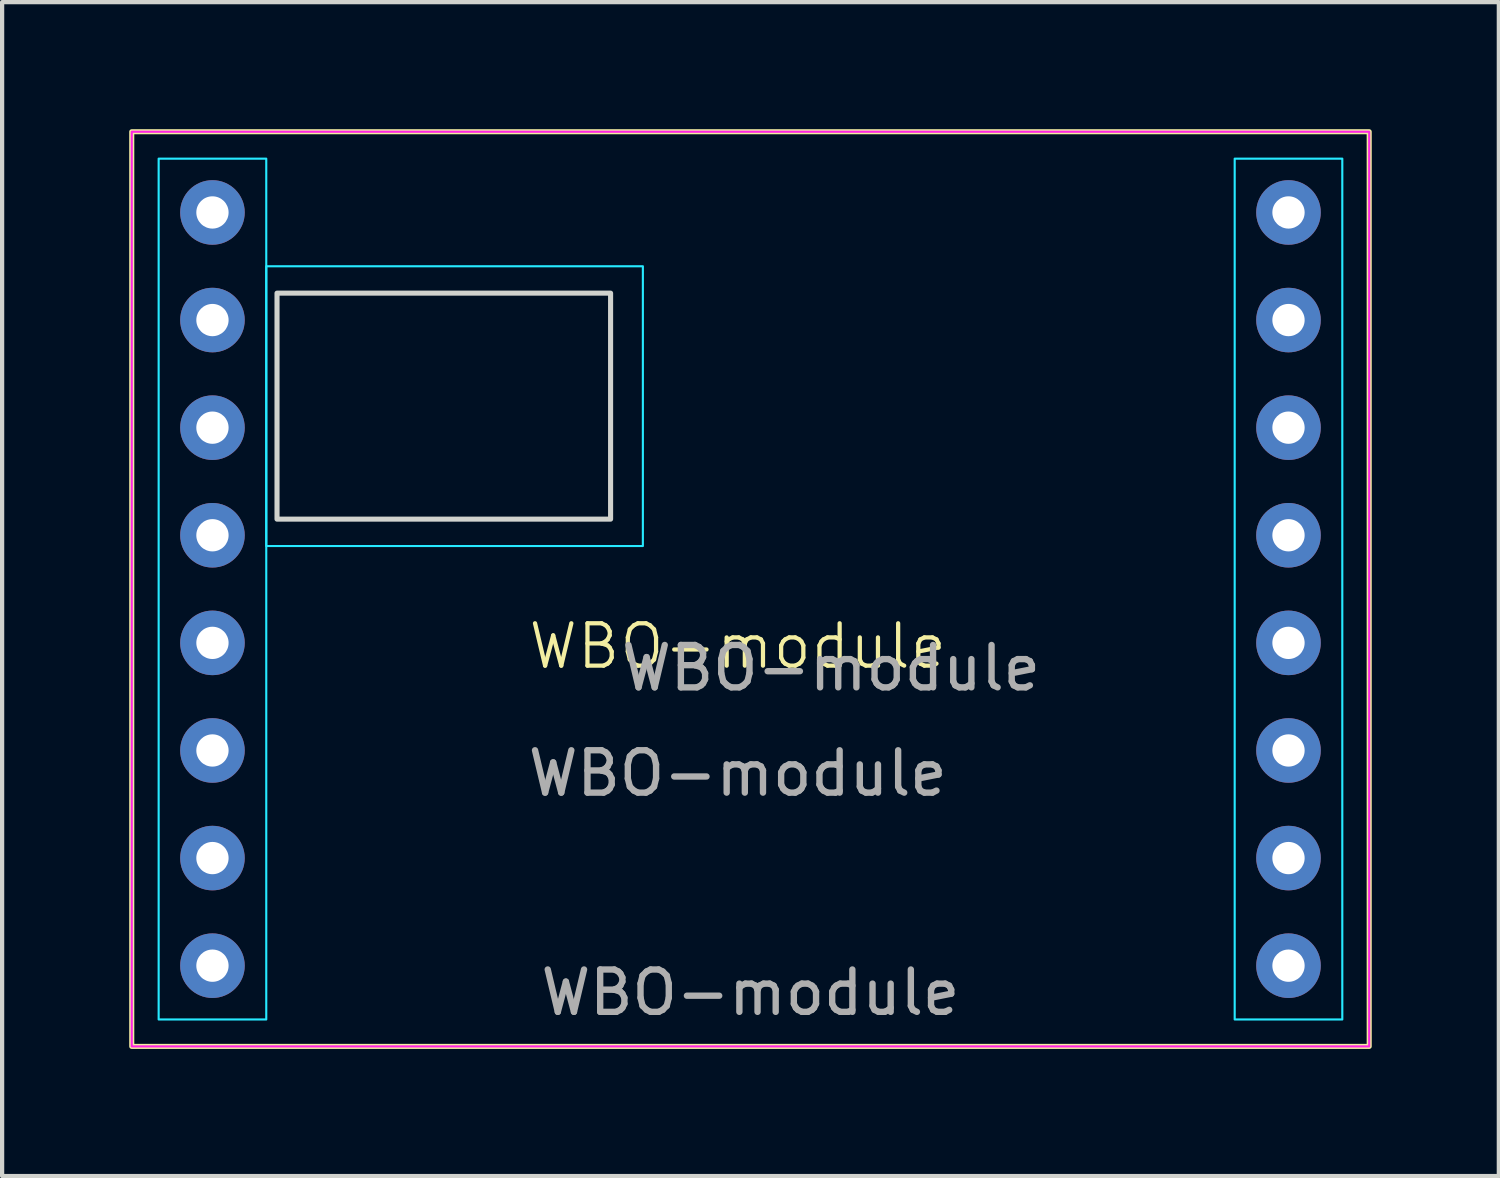
<source format=kicad_pcb>
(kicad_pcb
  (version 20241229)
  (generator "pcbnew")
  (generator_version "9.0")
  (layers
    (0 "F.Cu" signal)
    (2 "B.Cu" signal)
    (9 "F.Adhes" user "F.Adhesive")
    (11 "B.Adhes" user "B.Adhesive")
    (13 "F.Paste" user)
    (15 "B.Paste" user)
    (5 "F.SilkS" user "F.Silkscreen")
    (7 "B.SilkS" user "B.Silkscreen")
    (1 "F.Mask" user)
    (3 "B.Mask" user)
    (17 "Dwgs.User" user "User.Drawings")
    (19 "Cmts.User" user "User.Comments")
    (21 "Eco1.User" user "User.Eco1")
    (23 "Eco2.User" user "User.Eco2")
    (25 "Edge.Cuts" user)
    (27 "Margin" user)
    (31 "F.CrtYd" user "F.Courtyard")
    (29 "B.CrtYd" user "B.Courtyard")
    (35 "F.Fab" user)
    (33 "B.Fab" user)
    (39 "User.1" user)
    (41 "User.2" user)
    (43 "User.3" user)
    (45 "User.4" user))
  (footprint "WBO-module"
    (layer "F.Cu")
    (at 14.365 12.705)
    (property "Reference" "WBO-module" (at 0 -0.5 0) (unlocked yes) (layer "F.SilkS") (effects (font (size 1 1) (thickness 0.1))))
    (attr smd)
    (fp_rect (start -14.305 -12.645) (end 14.905 8.945) (stroke (width 0.12) (type solid)) (fill no) (layer "F.SilkS"))
    (fp_rect (start -10.876 -8.835) (end -3.002 -3.501) (stroke (width 0.12) (type solid)) (fill no) (layer "Edge.Cuts"))
    (fp_rect (start -13.67 -12.01) (end -11.13 8.31) (stroke (width 0.05) (type solid)) (fill no) (layer "B.CrtYd"))
    (fp_rect (start -11.13 -9.47) (end -2.24 -2.866) (stroke (width 0.05) (type solid)) (fill no) (layer "B.CrtYd"))
    (fp_rect (start 11.73 -12.01) (end 14.27 8.31) (stroke (width 0.05) (type solid)) (fill no) (layer "B.CrtYd"))
    (fp_rect (start -14.305 -12.645) (end 14.905 8.945) (stroke (width 0.05) (type solid)) (fill no) (layer "F.CrtYd"))
    (fp_text user "${REFERENCE}" (at 0 2.5 0) (unlocked yes) (layer "F.Fab") (effects (font (size 1 1) (thickness 0.15))))
    (fp_text user "${REFERENCE}" (at 0.3 7.675 0) (unlocked yes) (layer "F.Fab") (effects (font (size 1 1) (thickness 0.15))))
    (fp_text user "${REFERENCE}" (at 2.205 0.015 0) (unlocked yes) (layer "F.Fab") (effects (font (size 1 1) (thickness 0.15))))
    (pad "1" thru_hole circle (at -12.4 -10.74) (size 1.524 1.524) (drill 0.762) (layers "*.Cu" "*.Mask"))
    (pad "2" thru_hole circle (at -12.4 -8.2) (size 1.524 1.524) (drill 0.762) (layers "*.Cu" "*.Mask"))
    (pad "3" thru_hole circle (at -12.4 -5.66) (size 1.524 1.524) (drill 0.762) (layers "*.Cu" "*.Mask"))
    (pad "4" thru_hole circle (at -12.4 -3.12) (size 1.524 1.524) (drill 0.762) (layers "*.Cu" "*.Mask"))
    (pad "5" thru_hole circle (at -12.4 -0.58) (size 1.524 1.524) (drill 0.762) (layers "*.Cu" "*.Mask"))
    (pad "6" thru_hole circle (at -12.4 1.96) (size 1.524 1.524) (drill 0.762) (layers "*.Cu" "*.Mask"))
    (pad "7" thru_hole circle (at -12.4 4.5) (size 1.524 1.524) (drill 0.762) (layers "*.Cu" "*.Mask"))
    (pad "8" thru_hole circle (at -12.4 7.04) (size 1.524 1.524) (drill 0.762) (layers "*.Cu" "*.Mask"))
    (pad "9" thru_hole circle (at 13 -10.74) (size 1.524 1.524) (drill 0.762) (layers "*.Cu" "*.Mask"))
    (pad "10" thru_hole circle (at 13 -8.2) (size 1.524 1.524) (drill 0.762) (layers "*.Cu" "*.Mask"))
    (pad "11" thru_hole circle (at 13 -5.66) (size 1.524 1.524) (drill 0.762) (layers "*.Cu" "*.Mask"))
    (pad "12" thru_hole circle (at 13 -3.12) (size 1.524 1.524) (drill 0.762) (layers "*.Cu" "*.Mask"))
    (pad "13" thru_hole circle (at 13 -0.58) (size 1.524 1.524) (drill 0.762) (layers "*.Cu" "*.Mask"))
    (pad "14" thru_hole circle (at 13 1.96) (size 1.524 1.524) (drill 0.762) (layers "*.Cu" "*.Mask"))
    (pad "15" thru_hole circle (at 13 4.5) (size 1.524 1.524) (drill 0.762) (layers "*.Cu" "*.Mask"))
    (pad "16" thru_hole circle (at 13 7.04) (size 1.524 1.524) (drill 0.762) (layers "*.Cu" "*.Mask")))
  (gr_rect
    (start -3 -3)
    (end 32.33 24.71)
    (stroke (width 0.1) (type default))
    (fill no)
    (layer "Edge.Cuts")))
</source>
